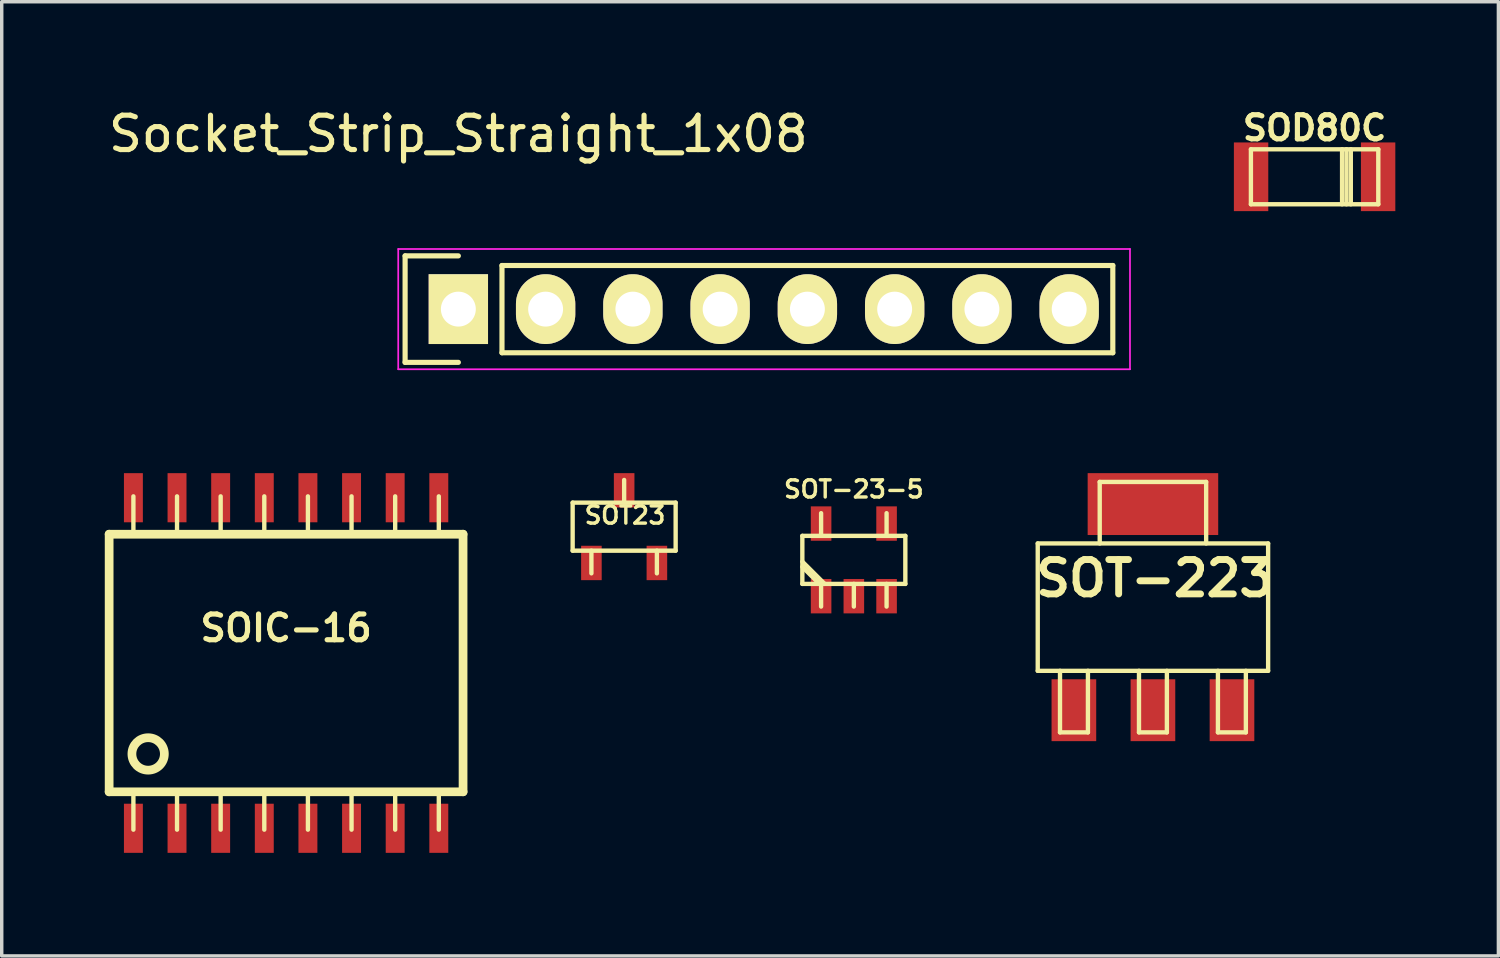
<source format=kicad_pcb>
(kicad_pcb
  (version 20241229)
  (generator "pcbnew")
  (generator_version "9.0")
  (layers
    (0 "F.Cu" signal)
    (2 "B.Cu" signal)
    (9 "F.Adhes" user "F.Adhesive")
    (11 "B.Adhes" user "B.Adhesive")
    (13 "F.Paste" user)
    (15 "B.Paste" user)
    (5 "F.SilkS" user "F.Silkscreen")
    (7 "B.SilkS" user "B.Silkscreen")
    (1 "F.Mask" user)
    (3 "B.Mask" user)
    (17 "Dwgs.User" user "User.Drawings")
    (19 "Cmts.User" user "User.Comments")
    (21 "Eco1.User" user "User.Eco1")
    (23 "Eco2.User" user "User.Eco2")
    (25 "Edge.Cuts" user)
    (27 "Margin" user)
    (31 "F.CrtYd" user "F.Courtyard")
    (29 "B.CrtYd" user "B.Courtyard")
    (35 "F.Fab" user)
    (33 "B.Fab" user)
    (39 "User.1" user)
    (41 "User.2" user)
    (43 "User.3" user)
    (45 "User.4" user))
  (footprint "SOT-223"
    (layer "F.Cu")
    (at 30.51 14.623)
    (property "Reference" "SOT-223" (at 0.051 -0.838 0) (layer "F.SilkS") (effects (font (size 1.001 1.001) (thickness 0.201))))
    (attr through_hole)
    (fp_line (start -3.353 -1.854) (end 3.353 -1.854) (stroke (width 0.127) (type solid)) (layer "F.SilkS"))
    (fp_line (start -3.353 1.854) (end -3.353 -1.854) (stroke (width 0.127) (type solid)) (layer "F.SilkS"))
    (fp_line (start -2.705 3.645) (end -2.705 1.854) (stroke (width 0.127) (type solid)) (layer "F.SilkS"))
    (fp_line (start -2.705 3.645) (end -1.892 3.645) (stroke (width 0.127) (type solid)) (layer "F.SilkS"))
    (fp_line (start -1.892 3.645) (end -1.892 1.854) (stroke (width 0.127) (type solid)) (layer "F.SilkS"))
    (fp_line (start -1.549 -3.645) (end -1.549 -1.854) (stroke (width 0.127) (type solid)) (layer "F.SilkS"))
    (fp_line (start -1.549 -3.645) (end 1.549 -3.645) (stroke (width 0.127) (type solid)) (layer "F.SilkS"))
    (fp_line (start -0.406 3.645) (end -0.406 1.854) (stroke (width 0.127) (type solid)) (layer "F.SilkS"))
    (fp_line (start -0.406 3.645) (end 0.406 3.645) (stroke (width 0.127) (type solid)) (layer "F.SilkS"))
    (fp_line (start 0.406 3.645) (end 0.406 1.854) (stroke (width 0.127) (type solid)) (layer "F.SilkS"))
    (fp_line (start 1.549 -3.645) (end 1.549 -1.854) (stroke (width 0.127) (type solid)) (layer "F.SilkS"))
    (fp_line (start 1.892 3.645) (end 1.892 1.854) (stroke (width 0.127) (type solid)) (layer "F.SilkS"))
    (fp_line (start 1.892 3.645) (end 2.705 3.645) (stroke (width 0.127) (type solid)) (layer "F.SilkS"))
    (fp_line (start 2.705 3.645) (end 2.705 1.854) (stroke (width 0.127) (type solid)) (layer "F.SilkS"))
    (fp_line (start 3.353 -1.854) (end 3.353 1.854) (stroke (width 0.127) (type solid)) (layer "F.SilkS"))
    (fp_line (start 3.353 1.854) (end -3.353 1.854) (stroke (width 0.127) (type solid)) (layer "F.SilkS"))
    (pad "1" smd rect (at -2.301 3) (size 1.3 1.801) (layers "F.Cu" "F.Mask" "F.Paste"))
    (pad "2" smd rect (at 0 3) (size 1.3 1.801) (layers "F.Cu" "F.Mask" "F.Paste"))
    (pad "3" smd rect (at 2.301 3) (size 1.3 1.801) (layers "F.Cu" "F.Mask" "F.Paste"))
    (pad "4" smd rect (at 0 -3) (size 3.8 1.801) (layers "F.Cu" "F.Mask" "F.Paste")))
  (footprint "SOIC-16"
    (layer "F.Cu")
    (at 5.278 16.249)
    (property "Reference" "SOIC-16" (at 0 -1.016 0) (layer "F.SilkS") (effects (font (size 0.749 0.749) (thickness 0.15))))
    (attr through_hole)
    (fp_line (start -5.151 -3.749) (end -5.151 3.749) (stroke (width 0.254) (type solid)) (layer "F.SilkS"))
    (fp_line (start -5.151 3.749) (end 5.151 3.749) (stroke (width 0.254) (type solid)) (layer "F.SilkS"))
    (fp_line (start -4.445 -3.759) (end -4.445 -4.851) (stroke (width 0.127) (type solid)) (layer "F.SilkS"))
    (fp_line (start -4.445 3.759) (end -4.445 4.851) (stroke (width 0.127) (type solid)) (layer "F.SilkS"))
    (fp_line (start -3.175 -3.759) (end -3.175 -4.851) (stroke (width 0.127) (type solid)) (layer "F.SilkS"))
    (fp_line (start -3.175 4.851) (end -3.175 3.759) (stroke (width 0.127) (type solid)) (layer "F.SilkS"))
    (fp_line (start -1.905 -4.851) (end -1.905 -3.759) (stroke (width 0.127) (type solid)) (layer "F.SilkS"))
    (fp_line (start -1.905 4.851) (end -1.905 3.759) (stroke (width 0.127) (type solid)) (layer "F.SilkS"))
    (fp_line (start -0.635 -4.851) (end -0.635 -3.759) (stroke (width 0.127) (type solid)) (layer "F.SilkS"))
    (fp_line (start -0.635 4.851) (end -0.635 3.759) (stroke (width 0.127) (type solid)) (layer "F.SilkS"))
    (fp_line (start 0.635 -4.851) (end 0.635 -3.759) (stroke (width 0.127) (type solid)) (layer "F.SilkS"))
    (fp_line (start 0.635 4.851) (end 0.635 3.759) (stroke (width 0.127) (type solid)) (layer "F.SilkS"))
    (fp_line (start 1.905 -3.759) (end 1.905 -4.851) (stroke (width 0.127) (type solid)) (layer "F.SilkS"))
    (fp_line (start 1.905 3.759) (end 1.905 4.851) (stroke (width 0.127) (type solid)) (layer "F.SilkS"))
    (fp_line (start 3.175 -3.759) (end 3.175 -4.851) (stroke (width 0.127) (type solid)) (layer "F.SilkS"))
    (fp_line (start 3.175 3.759) (end 3.175 4.851) (stroke (width 0.127) (type solid)) (layer "F.SilkS"))
    (fp_line (start 4.445 -3.759) (end 4.445 -4.851) (stroke (width 0.127) (type solid)) (layer "F.SilkS"))
    (fp_line (start 4.445 3.759) (end 4.445 4.851) (stroke (width 0.127) (type solid)) (layer "F.SilkS"))
    (fp_line (start 5.151 -3.749) (end -5.151 -3.749) (stroke (width 0.254) (type solid)) (layer "F.SilkS"))
    (fp_line (start 5.151 3.749) (end 5.151 -3.749) (stroke (width 0.254) (type solid)) (layer "F.SilkS"))
    (fp_circle (center -4.016 2.647) (end -4.295 3.028) (stroke (width 0.254) (type solid)) (fill no) (layer "F.SilkS"))
    (pad "1" smd rect (at -4.445 4.811) (size 0.551 1.43) (layers "F.Cu" "F.Mask" "F.Paste"))
    (pad "2" smd rect (at -3.175 4.811) (size 0.551 1.43) (layers "F.Cu" "F.Mask" "F.Paste"))
    (pad "3" smd rect (at -1.905 4.811) (size 0.551 1.43) (layers "F.Cu" "F.Mask" "F.Paste"))
    (pad "4" smd rect (at -0.635 4.811) (size 0.551 1.43) (layers "F.Cu" "F.Mask" "F.Paste"))
    (pad "5" smd rect (at 0.635 4.811) (size 0.551 1.43) (layers "F.Cu" "F.Mask" "F.Paste"))
    (pad "6" smd rect (at 1.905 4.811) (size 0.551 1.43) (layers "F.Cu" "F.Mask" "F.Paste"))
    (pad "7" smd rect (at 3.175 4.811) (size 0.551 1.43) (layers "F.Cu" "F.Mask" "F.Paste"))
    (pad "8" smd rect (at 4.445 4.811) (size 0.551 1.43) (layers "F.Cu" "F.Mask" "F.Paste"))
    (pad "9" smd rect (at 4.445 -4.811) (size 0.551 1.43) (layers "F.Cu" "F.Mask" "F.Paste"))
    (pad "10" smd rect (at 3.175 -4.811) (size 0.551 1.43) (layers "F.Cu" "F.Mask" "F.Paste"))
    (pad "11" smd rect (at 1.905 -4.811) (size 0.551 1.43) (layers "F.Cu" "F.Mask" "F.Paste"))
    (pad "12" smd rect (at 0.635 -4.811) (size 0.551 1.43) (layers "F.Cu" "F.Mask" "F.Paste"))
    (pad "13" smd rect (at -0.635 -4.811) (size 0.551 1.43) (layers "F.Cu" "F.Mask" "F.Paste"))
    (pad "14" smd rect (at -1.905 -4.811) (size 0.551 1.43) (layers "F.Cu" "F.Mask" "F.Paste"))
    (pad "15" smd rect (at -3.175 -4.811) (size 0.551 1.43) (layers "F.Cu" "F.Mask" "F.Paste"))
    (pad "16" smd rect (at -4.445 -4.811) (size 0.551 1.43) (layers "F.Cu" "F.Mask" "F.Paste")))
  (footprint "Socket_Strip_Straight_1x08"
    (layer "F.Cu")
    (at 10.292 5.948)
    (property "Reference" "Socket_Strip_Straight_1x08" (at 0 -5.1 0) (layer "F.SilkS") (effects (font (size 1 1) (thickness 0.15))))
    (attr through_hole)
    (fp_line (start -1.55 -1.55) (end -1.55 1.55) (stroke (width 0.15) (type solid)) (layer "F.SilkS"))
    (fp_line (start -1.55 1.55) (end 0 1.55) (stroke (width 0.15) (type solid)) (layer "F.SilkS"))
    (fp_line (start 0 -1.55) (end -1.55 -1.55) (stroke (width 0.15) (type solid)) (layer "F.SilkS"))
    (fp_line (start 1.27 1.27) (end 1.27 -1.27) (stroke (width 0.15) (type solid)) (layer "F.SilkS"))
    (fp_line (start 1.27 1.27) (end 19.05 1.27) (stroke (width 0.15) (type solid)) (layer "F.SilkS"))
    (fp_line (start 19.05 -1.27) (end 1.27 -1.27) (stroke (width 0.15) (type solid)) (layer "F.SilkS"))
    (fp_line (start 19.05 1.27) (end 19.05 -1.27) (stroke (width 0.15) (type solid)) (layer "F.SilkS"))
    (fp_line (start -1.75 -1.75) (end -1.75 1.75) (stroke (width 0.05) (type solid)) (layer "F.CrtYd"))
    (fp_line (start -1.75 -1.75) (end 19.55 -1.75) (stroke (width 0.05) (type solid)) (layer "F.CrtYd"))
    (fp_line (start -1.75 1.75) (end 19.55 1.75) (stroke (width 0.05) (type solid)) (layer "F.CrtYd"))
    (fp_line (start 19.55 -1.75) (end 19.55 1.75) (stroke (width 0.05) (type solid)) (layer "F.CrtYd"))
    (pad "1" thru_hole rect (at 0 0) (size 1.727 2.032) (drill 1.016) (layers "*.Cu" "*.Mask" "F.SilkS"))
    (pad "2" thru_hole oval (at 2.54 0) (size 1.727 2.032) (drill 1.016) (layers "*.Cu" "*.Mask" "F.SilkS"))
    (pad "3" thru_hole oval (at 5.08 0) (size 1.727 2.032) (drill 1.016) (layers "*.Cu" "*.Mask" "F.SilkS"))
    (pad "4" thru_hole oval (at 7.62 0) (size 1.727 2.032) (drill 1.016) (layers "*.Cu" "*.Mask" "F.SilkS"))
    (pad "5" thru_hole oval (at 10.16 0) (size 1.727 2.032) (drill 1.016) (layers "*.Cu" "*.Mask" "F.SilkS"))
    (pad "6" thru_hole oval (at 12.7 0) (size 1.727 2.032) (drill 1.016) (layers "*.Cu" "*.Mask" "F.SilkS"))
    (pad "7" thru_hole oval (at 15.24 0) (size 1.727 2.032) (drill 1.016) (layers "*.Cu" "*.Mask" "F.SilkS"))
    (pad "8" thru_hole oval (at 17.78 0) (size 1.727 2.032) (drill 1.016) (layers "*.Cu" "*.Mask" "F.SilkS")))
  (footprint "SOT23"
    (layer "F.Cu")
    (at 15.118 12.28)
    (property "Reference" "SOT23" (at 0.025 -0.33 0) (layer "F.SilkS") (effects (font (size 0.5 0.5) (thickness 0.099))))
    (attr through_hole)
    (fp_line (start -1.499 -0.699) (end 1.499 -0.699) (stroke (width 0.127) (type solid)) (layer "F.SilkS"))
    (fp_line (start -1.499 0.699) (end -1.499 -0.699) (stroke (width 0.127) (type solid)) (layer "F.SilkS"))
    (fp_line (start -0.953 0.699) (end -0.953 1.359) (stroke (width 0.127) (type solid)) (layer "F.SilkS"))
    (fp_line (start 0 -0.699) (end 0 -1.359) (stroke (width 0.127) (type solid)) (layer "F.SilkS"))
    (fp_line (start 0.953 0.699) (end 0.953 1.359) (stroke (width 0.127) (type solid)) (layer "F.SilkS"))
    (fp_line (start 1.499 -0.699) (end 1.499 0.699) (stroke (width 0.127) (type solid)) (layer "F.SilkS"))
    (fp_line (start 1.499 0.699) (end -1.499 0.699) (stroke (width 0.127) (type solid)) (layer "F.SilkS"))
    (pad "1" smd rect (at -0.953 1.057) (size 0.599 1.001) (layers "F.Cu" "F.Mask" "F.Paste"))
    (pad "2" smd rect (at 0 -1.057) (size 0.599 1.001) (layers "F.Cu" "F.Mask" "F.Paste"))
    (pad "3" smd rect (at 0.953 1.057) (size 0.599 1.001) (layers "F.Cu" "F.Mask" "F.Paste")))
  (footprint "SOD80C"
    (layer "F.Cu")
    (at 35.216 2.096)
    (property "Reference" "SOD80C" (at 0 -1.422 0) (layer "F.SilkS") (effects (font (size 0.701 0.701) (thickness 0.15))))
    (attr through_hole)
    (fp_line (start -1.854 -0.8) (end -1.854 0.8) (stroke (width 0.127) (type solid)) (layer "F.SilkS"))
    (fp_line (start -1.854 0.8) (end 1.854 0.8) (stroke (width 0.127) (type solid)) (layer "F.SilkS"))
    (fp_line (start 0.8 -0.8) (end 0.8 0.8) (stroke (width 0.127) (type solid)) (layer "F.SilkS"))
    (fp_line (start 0.927 0.8) (end 0.927 -0.8) (stroke (width 0.127) (type solid)) (layer "F.SilkS"))
    (fp_line (start 1.054 -0.8) (end 1.054 0.8) (stroke (width 0.127) (type solid)) (layer "F.SilkS"))
    (fp_line (start 1.854 -0.8) (end -1.854 -0.8) (stroke (width 0.127) (type solid)) (layer "F.SilkS"))
    (fp_line (start 1.854 0.8) (end 1.854 -0.8) (stroke (width 0.127) (type solid)) (layer "F.SilkS"))
    (pad "1" smd rect (at -1.849 0) (size 1.001 1.999) (layers "F.Cu" "F.Mask" "F.Paste"))
    (pad "2" smd rect (at 1.849 0) (size 1.001 1.999) (layers "F.Cu" "F.Mask" "F.Paste")))
  (footprint "SOT-23-5"
    (layer "F.Cu")
    (at 21.804 13.247)
    (property "Reference" "SOT-23-5" (at 0 -2.057 0) (layer "F.SilkS") (effects (font (size 0.5 0.5) (thickness 0.099))))
    (attr through_hole)
    (fp_line (start -1.499 -0.699) (end 1.499 -0.699) (stroke (width 0.127) (type solid)) (layer "F.SilkS"))
    (fp_line (start -1.499 0.699) (end -1.499 -0.699) (stroke (width 0.127) (type solid)) (layer "F.SilkS"))
    (fp_line (start -1.003 0.699) (end -1.499 0.203) (stroke (width 0.127) (type solid)) (layer "F.SilkS"))
    (fp_line (start -0.953 -0.699) (end -0.953 -1.359) (stroke (width 0.127) (type solid)) (layer "F.SilkS"))
    (fp_line (start -0.953 0.699) (end -0.953 1.359) (stroke (width 0.127) (type solid)) (layer "F.SilkS"))
    (fp_line (start -0.851 0.699) (end -1.499 0.051) (stroke (width 0.127) (type solid)) (layer "F.SilkS"))
    (fp_line (start 0 0.699) (end 0 1.359) (stroke (width 0.127) (type solid)) (layer "F.SilkS"))
    (fp_line (start 0.953 -0.699) (end 0.953 -1.359) (stroke (width 0.127) (type solid)) (layer "F.SilkS"))
    (fp_line (start 0.953 0.699) (end 0.953 1.359) (stroke (width 0.127) (type solid)) (layer "F.SilkS"))
    (fp_line (start 1.499 -0.699) (end 1.499 0.699) (stroke (width 0.127) (type solid)) (layer "F.SilkS"))
    (fp_line (start 1.499 0.699) (end -1.499 0.699) (stroke (width 0.127) (type solid)) (layer "F.SilkS"))
    (pad "1" smd rect (at -0.953 1.057) (size 0.599 1.001) (layers "F.Cu" "F.Mask" "F.Paste"))
    (pad "2" smd rect (at 0 1.057) (size 0.599 1.001) (layers "F.Cu" "F.Mask" "F.Paste"))
    (pad "3" smd rect (at 0.953 1.057) (size 0.599 1.001) (layers "F.Cu" "F.Mask" "F.Paste"))
    (pad "4" smd rect (at 0.953 -1.057) (size 0.599 1.001) (layers "F.Cu" "F.Mask" "F.Paste"))
    (pad "5" smd rect (at -0.953 -1.057) (size 0.599 1.001) (layers "F.Cu" "F.Mask" "F.Paste")))
  (gr_rect
    (start -3 -3)
    (end 40.566 24.775)
    (stroke (width 0.1) (type default))
    (fill no)
    (layer "Edge.Cuts")))
</source>
